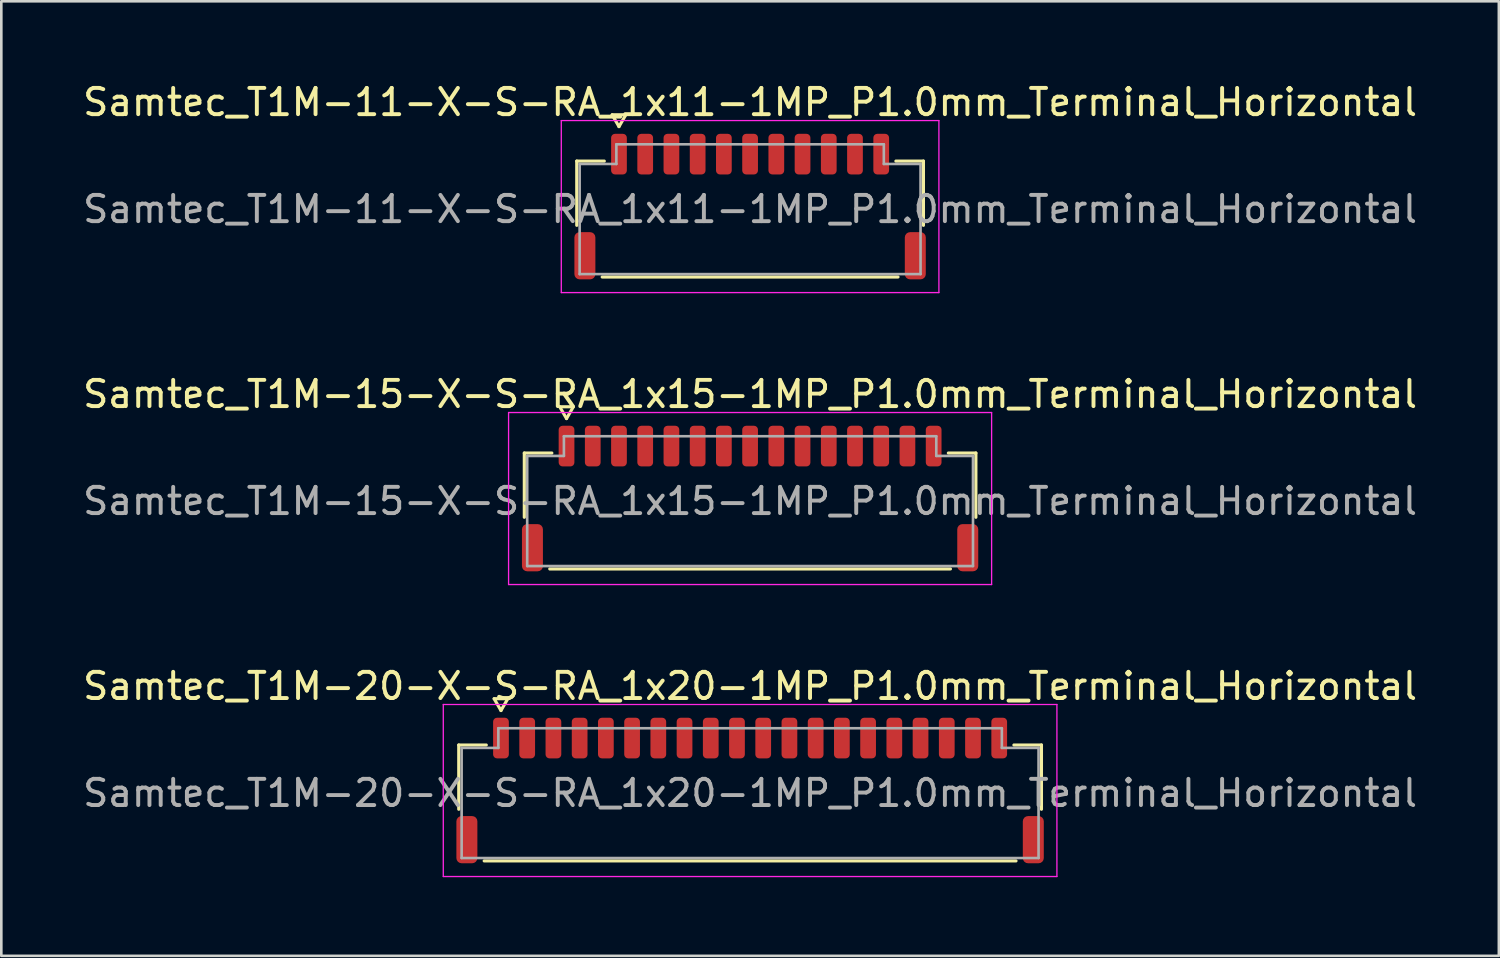
<source format=kicad_pcb>
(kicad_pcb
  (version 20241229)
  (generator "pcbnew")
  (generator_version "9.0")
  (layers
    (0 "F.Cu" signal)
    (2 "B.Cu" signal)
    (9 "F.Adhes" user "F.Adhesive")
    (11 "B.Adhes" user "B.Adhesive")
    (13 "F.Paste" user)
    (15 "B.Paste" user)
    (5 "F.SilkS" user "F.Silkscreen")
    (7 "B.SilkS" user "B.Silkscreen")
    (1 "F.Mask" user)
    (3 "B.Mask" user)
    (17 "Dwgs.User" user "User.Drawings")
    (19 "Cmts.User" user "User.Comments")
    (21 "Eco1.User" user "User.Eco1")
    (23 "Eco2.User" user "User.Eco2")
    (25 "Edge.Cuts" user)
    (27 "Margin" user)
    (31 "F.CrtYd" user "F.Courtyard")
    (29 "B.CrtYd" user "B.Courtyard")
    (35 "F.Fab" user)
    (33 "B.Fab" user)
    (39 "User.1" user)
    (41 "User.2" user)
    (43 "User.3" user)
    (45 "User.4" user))
  (footprint "Samtec_T1M-15-X-S-RA_1x15-1MP_P1.0mm_Terminal_Horizontal"
    (layer "F.Cu")
    (at 25.554 16.061)
    (property "Reference" "Samtec_T1M-15-X-S-RA_1x15-1MP_P1.0mm_Terminal_Horizontal" (at 0 -4.08 0) (layer "F.SilkS") (effects (font (size 1 1) (thickness 0.15))))
    (attr smd)
    (fp_line (start -8.61 -1.835) (end -7.56 -1.835) (stroke (width 0.12) (type solid)) (layer "F.SilkS"))
    (fp_line (start -8.61 0.615) (end -8.61 -1.835) (stroke (width 0.12) (type solid)) (layer "F.SilkS"))
    (fp_line (start -7.26 -3.6) (end -7 -3.15) (stroke (width 0.12) (type solid)) (layer "F.SilkS"))
    (fp_line (start -7 -3.15) (end -6.74 -3.6) (stroke (width 0.12) (type solid)) (layer "F.SilkS"))
    (fp_line (start -6.74 -3.6) (end -7.26 -3.6) (stroke (width 0.12) (type solid)) (layer "F.SilkS"))
    (fp_line (start 7.56 -1.835) (end 8.61 -1.835) (stroke (width 0.12) (type solid)) (layer "F.SilkS"))
    (fp_line (start 7.64 2.585) (end -7.64 2.585) (stroke (width 0.12) (type solid)) (layer "F.SilkS"))
    (fp_line (start 8.61 -1.835) (end 8.61 0.615) (stroke (width 0.12) (type solid)) (layer "F.SilkS"))
    (fp_line (start -9.21 -3.38) (end -9.21 3.18) (stroke (width 0.05) (type solid)) (layer "F.CrtYd"))
    (fp_line (start -9.21 3.18) (end 9.21 3.18) (stroke (width 0.05) (type solid)) (layer "F.CrtYd"))
    (fp_line (start 9.21 -3.38) (end -9.21 -3.38) (stroke (width 0.05) (type solid)) (layer "F.CrtYd"))
    (fp_line (start 9.21 3.18) (end 9.21 -3.38) (stroke (width 0.05) (type solid)) (layer "F.CrtYd"))
    (fp_line (start -8.5 -1.725) (end -7.1 -1.725) (stroke (width 0.1) (type solid)) (layer "F.Fab"))
    (fp_line (start -8.5 2.475) (end -8.5 -1.725) (stroke (width 0.1) (type solid)) (layer "F.Fab"))
    (fp_line (start -7.1 -2.475) (end 7.1 -2.475) (stroke (width 0.1) (type solid)) (layer "F.Fab"))
    (fp_line (start -7.1 -1.725) (end -7.1 -2.475) (stroke (width 0.1) (type solid)) (layer "F.Fab"))
    (fp_line (start 7.1 -2.475) (end 7.1 -1.725) (stroke (width 0.1) (type solid)) (layer "F.Fab"))
    (fp_line (start 7.1 -1.725) (end 8.5 -1.725) (stroke (width 0.1) (type solid)) (layer "F.Fab"))
    (fp_line (start 8.5 -1.725) (end 8.5 2.475) (stroke (width 0.1) (type solid)) (layer "F.Fab"))
    (fp_line (start 8.5 2.475) (end -8.5 2.475) (stroke (width 0.1) (type solid)) (layer "F.Fab"))
    (fp_text user "${REFERENCE}" (at 0 0 0) (layer "F.Fab") (effects (font (size 1 1) (thickness 0.15))))
    (pad "1" smd roundrect (at -7 -2.1) (size 0.6 1.55) (layers "F.Cu" "F.Mask" "F.Paste") (roundrect_rratio 0.25))
    (pad "2" smd roundrect (at -6 -2.1) (size 0.6 1.55) (layers "F.Cu" "F.Mask" "F.Paste") (roundrect_rratio 0.25))
    (pad "3" smd roundrect (at -5 -2.1) (size 0.6 1.55) (layers "F.Cu" "F.Mask" "F.Paste") (roundrect_rratio 0.25))
    (pad "4" smd roundrect (at -4 -2.1) (size 0.6 1.55) (layers "F.Cu" "F.Mask" "F.Paste") (roundrect_rratio 0.25))
    (pad "5" smd roundrect (at -3 -2.1) (size 0.6 1.55) (layers "F.Cu" "F.Mask" "F.Paste") (roundrect_rratio 0.25))
    (pad "6" smd roundrect (at -2 -2.1) (size 0.6 1.55) (layers "F.Cu" "F.Mask" "F.Paste") (roundrect_rratio 0.25))
    (pad "7" smd roundrect (at -1 -2.1) (size 0.6 1.55) (layers "F.Cu" "F.Mask" "F.Paste") (roundrect_rratio 0.25))
    (pad "8" smd roundrect (at 0 -2.1) (size 0.6 1.55) (layers "F.Cu" "F.Mask" "F.Paste") (roundrect_rratio 0.25))
    (pad "9" smd roundrect (at 1 -2.1) (size 0.6 1.55) (layers "F.Cu" "F.Mask" "F.Paste") (roundrect_rratio 0.25))
    (pad "10" smd roundrect (at 2 -2.1) (size 0.6 1.55) (layers "F.Cu" "F.Mask" "F.Paste") (roundrect_rratio 0.25))
    (pad "11" smd roundrect (at 3 -2.1) (size 0.6 1.55) (layers "F.Cu" "F.Mask" "F.Paste") (roundrect_rratio 0.25))
    (pad "12" smd roundrect (at 4 -2.1) (size 0.6 1.55) (layers "F.Cu" "F.Mask" "F.Paste") (roundrect_rratio 0.25))
    (pad "13" smd roundrect (at 5 -2.1) (size 0.6 1.55) (layers "F.Cu" "F.Mask" "F.Paste") (roundrect_rratio 0.25))
    (pad "14" smd roundrect (at 6 -2.1) (size 0.6 1.55) (layers "F.Cu" "F.Mask" "F.Paste") (roundrect_rratio 0.25))
    (pad "15" smd roundrect (at 7 -2.1) (size 0.6 1.55) (layers "F.Cu" "F.Mask" "F.Paste") (roundrect_rratio 0.25))
    (pad "MP" smd roundrect (at -8.3 1.775) (size 0.8 1.8) (layers "F.Cu" "F.Mask" "F.Paste") (roundrect_rratio 0.25))
    (pad "MP" smd roundrect (at 8.3 1.775) (size 0.8 1.8) (layers "F.Cu" "F.Mask" "F.Paste") (roundrect_rratio 0.25)))
  (footprint "Samtec_T1M-20-X-S-RA_1x20-1MP_P1.0mm_Terminal_Horizontal"
    (layer "F.Cu")
    (at 25.554 27.195)
    (property "Reference" "Samtec_T1M-20-X-S-RA_1x20-1MP_P1.0mm_Terminal_Horizontal" (at 0 -4.08 0) (layer "F.SilkS") (effects (font (size 1 1) (thickness 0.15))))
    (attr smd)
    (fp_line (start -11.11 -1.835) (end -10.06 -1.835) (stroke (width 0.12) (type solid)) (layer "F.SilkS"))
    (fp_line (start -11.11 0.615) (end -11.11 -1.835) (stroke (width 0.12) (type solid)) (layer "F.SilkS"))
    (fp_line (start -9.76 -3.6) (end -9.5 -3.15) (stroke (width 0.12) (type solid)) (layer "F.SilkS"))
    (fp_line (start -9.5 -3.15) (end -9.24 -3.6) (stroke (width 0.12) (type solid)) (layer "F.SilkS"))
    (fp_line (start -9.24 -3.6) (end -9.76 -3.6) (stroke (width 0.12) (type solid)) (layer "F.SilkS"))
    (fp_line (start 10.06 -1.835) (end 11.11 -1.835) (stroke (width 0.12) (type solid)) (layer "F.SilkS"))
    (fp_line (start 10.14 2.585) (end -10.14 2.585) (stroke (width 0.12) (type solid)) (layer "F.SilkS"))
    (fp_line (start 11.11 -1.835) (end 11.11 0.615) (stroke (width 0.12) (type solid)) (layer "F.SilkS"))
    (fp_line (start -11.7 -3.38) (end -11.7 3.18) (stroke (width 0.05) (type solid)) (layer "F.CrtYd"))
    (fp_line (start -11.7 3.18) (end 11.7 3.18) (stroke (width 0.05) (type solid)) (layer "F.CrtYd"))
    (fp_line (start 11.7 -3.38) (end -11.7 -3.38) (stroke (width 0.05) (type solid)) (layer "F.CrtYd"))
    (fp_line (start 11.7 3.18) (end 11.7 -3.38) (stroke (width 0.05) (type solid)) (layer "F.CrtYd"))
    (fp_line (start -11 -1.725) (end -9.6 -1.725) (stroke (width 0.1) (type solid)) (layer "F.Fab"))
    (fp_line (start -11 2.475) (end -11 -1.725) (stroke (width 0.1) (type solid)) (layer "F.Fab"))
    (fp_line (start -9.6 -2.475) (end 9.6 -2.475) (stroke (width 0.1) (type solid)) (layer "F.Fab"))
    (fp_line (start -9.6 -1.725) (end -9.6 -2.475) (stroke (width 0.1) (type solid)) (layer "F.Fab"))
    (fp_line (start 9.6 -2.475) (end 9.6 -1.725) (stroke (width 0.1) (type solid)) (layer "F.Fab"))
    (fp_line (start 9.6 -1.725) (end 11 -1.725) (stroke (width 0.1) (type solid)) (layer "F.Fab"))
    (fp_line (start 11 -1.725) (end 11 2.475) (stroke (width 0.1) (type solid)) (layer "F.Fab"))
    (fp_line (start 11 2.475) (end -11 2.475) (stroke (width 0.1) (type solid)) (layer "F.Fab"))
    (fp_text user "${REFERENCE}" (at 0 0 0) (layer "F.Fab") (effects (font (size 1 1) (thickness 0.15))))
    (pad "1" smd roundrect (at -9.5 -2.1) (size 0.6 1.55) (layers "F.Cu" "F.Mask" "F.Paste") (roundrect_rratio 0.25))
    (pad "2" smd roundrect (at -8.5 -2.1) (size 0.6 1.55) (layers "F.Cu" "F.Mask" "F.Paste") (roundrect_rratio 0.25))
    (pad "3" smd roundrect (at -7.5 -2.1) (size 0.6 1.55) (layers "F.Cu" "F.Mask" "F.Paste") (roundrect_rratio 0.25))
    (pad "4" smd roundrect (at -6.5 -2.1) (size 0.6 1.55) (layers "F.Cu" "F.Mask" "F.Paste") (roundrect_rratio 0.25))
    (pad "5" smd roundrect (at -5.5 -2.1) (size 0.6 1.55) (layers "F.Cu" "F.Mask" "F.Paste") (roundrect_rratio 0.25))
    (pad "6" smd roundrect (at -4.5 -2.1) (size 0.6 1.55) (layers "F.Cu" "F.Mask" "F.Paste") (roundrect_rratio 0.25))
    (pad "7" smd roundrect (at -3.5 -2.1) (size 0.6 1.55) (layers "F.Cu" "F.Mask" "F.Paste") (roundrect_rratio 0.25))
    (pad "8" smd roundrect (at -2.5 -2.1) (size 0.6 1.55) (layers "F.Cu" "F.Mask" "F.Paste") (roundrect_rratio 0.25))
    (pad "9" smd roundrect (at -1.5 -2.1) (size 0.6 1.55) (layers "F.Cu" "F.Mask" "F.Paste") (roundrect_rratio 0.25))
    (pad "10" smd roundrect (at -0.5 -2.1) (size 0.6 1.55) (layers "F.Cu" "F.Mask" "F.Paste") (roundrect_rratio 0.25))
    (pad "11" smd roundrect (at 0.5 -2.1) (size 0.6 1.55) (layers "F.Cu" "F.Mask" "F.Paste") (roundrect_rratio 0.25))
    (pad "12" smd roundrect (at 1.5 -2.1) (size 0.6 1.55) (layers "F.Cu" "F.Mask" "F.Paste") (roundrect_rratio 0.25))
    (pad "13" smd roundrect (at 2.5 -2.1) (size 0.6 1.55) (layers "F.Cu" "F.Mask" "F.Paste") (roundrect_rratio 0.25))
    (pad "14" smd roundrect (at 3.5 -2.1) (size 0.6 1.55) (layers "F.Cu" "F.Mask" "F.Paste") (roundrect_rratio 0.25))
    (pad "15" smd roundrect (at 4.5 -2.1) (size 0.6 1.55) (layers "F.Cu" "F.Mask" "F.Paste") (roundrect_rratio 0.25))
    (pad "16" smd roundrect (at 5.5 -2.1) (size 0.6 1.55) (layers "F.Cu" "F.Mask" "F.Paste") (roundrect_rratio 0.25))
    (pad "17" smd roundrect (at 6.5 -2.1) (size 0.6 1.55) (layers "F.Cu" "F.Mask" "F.Paste") (roundrect_rratio 0.25))
    (pad "18" smd roundrect (at 7.5 -2.1) (size 0.6 1.55) (layers "F.Cu" "F.Mask" "F.Paste") (roundrect_rratio 0.25))
    (pad "19" smd roundrect (at 8.5 -2.1) (size 0.6 1.55) (layers "F.Cu" "F.Mask" "F.Paste") (roundrect_rratio 0.25))
    (pad "20" smd roundrect (at 9.5 -2.1) (size 0.6 1.55) (layers "F.Cu" "F.Mask" "F.Paste") (roundrect_rratio 0.25))
    (pad "MP" smd roundrect (at -10.8 1.775) (size 0.8 1.8) (layers "F.Cu" "F.Mask" "F.Paste") (roundrect_rratio 0.25))
    (pad "MP" smd roundrect (at 10.8 1.775) (size 0.8 1.8) (layers "F.Cu" "F.Mask" "F.Paste") (roundrect_rratio 0.25)))
  (footprint "Samtec_T1M-11-X-S-RA_1x11-1MP_P1.0mm_Terminal_Horizontal"
    (layer "F.Cu")
    (at 25.554 4.928)
    (property "Reference" "Samtec_T1M-11-X-S-RA_1x11-1MP_P1.0mm_Terminal_Horizontal" (at 0 -4.08 0) (layer "F.SilkS") (effects (font (size 1 1) (thickness 0.15))))
    (attr smd)
    (fp_line (start -6.61 -1.835) (end -5.56 -1.835) (stroke (width 0.12) (type solid)) (layer "F.SilkS"))
    (fp_line (start -6.61 0.615) (end -6.61 -1.835) (stroke (width 0.12) (type solid)) (layer "F.SilkS"))
    (fp_line (start -5.26 -3.6) (end -5 -3.15) (stroke (width 0.12) (type solid)) (layer "F.SilkS"))
    (fp_line (start -5 -3.15) (end -4.74 -3.6) (stroke (width 0.12) (type solid)) (layer "F.SilkS"))
    (fp_line (start -4.74 -3.6) (end -5.26 -3.6) (stroke (width 0.12) (type solid)) (layer "F.SilkS"))
    (fp_line (start 5.56 -1.835) (end 6.61 -1.835) (stroke (width 0.12) (type solid)) (layer "F.SilkS"))
    (fp_line (start 5.64 2.585) (end -5.64 2.585) (stroke (width 0.12) (type solid)) (layer "F.SilkS"))
    (fp_line (start 6.61 -1.835) (end 6.61 0.615) (stroke (width 0.12) (type solid)) (layer "F.SilkS"))
    (fp_line (start -7.2 -3.38) (end -7.2 3.18) (stroke (width 0.05) (type solid)) (layer "F.CrtYd"))
    (fp_line (start -7.2 3.18) (end 7.2 3.18) (stroke (width 0.05) (type solid)) (layer "F.CrtYd"))
    (fp_line (start 7.2 -3.38) (end -7.2 -3.38) (stroke (width 0.05) (type solid)) (layer "F.CrtYd"))
    (fp_line (start 7.2 3.18) (end 7.2 -3.38) (stroke (width 0.05) (type solid)) (layer "F.CrtYd"))
    (fp_line (start -6.5 -1.725) (end -5.1 -1.725) (stroke (width 0.1) (type solid)) (layer "F.Fab"))
    (fp_line (start -6.5 2.475) (end -6.5 -1.725) (stroke (width 0.1) (type solid)) (layer "F.Fab"))
    (fp_line (start -5.1 -2.475) (end 5.1 -2.475) (stroke (width 0.1) (type solid)) (layer "F.Fab"))
    (fp_line (start -5.1 -1.725) (end -5.1 -2.475) (stroke (width 0.1) (type solid)) (layer "F.Fab"))
    (fp_line (start 5.1 -2.475) (end 5.1 -1.725) (stroke (width 0.1) (type solid)) (layer "F.Fab"))
    (fp_line (start 5.1 -1.725) (end 6.5 -1.725) (stroke (width 0.1) (type solid)) (layer "F.Fab"))
    (fp_line (start 6.5 -1.725) (end 6.5 2.475) (stroke (width 0.1) (type solid)) (layer "F.Fab"))
    (fp_line (start 6.5 2.475) (end -6.5 2.475) (stroke (width 0.1) (type solid)) (layer "F.Fab"))
    (fp_text user "${REFERENCE}" (at 0 0 0) (layer "F.Fab") (effects (font (size 1 1) (thickness 0.15))))
    (pad "1" smd roundrect (at -5 -2.1) (size 0.6 1.55) (layers "F.Cu" "F.Mask" "F.Paste") (roundrect_rratio 0.25))
    (pad "2" smd roundrect (at -4 -2.1) (size 0.6 1.55) (layers "F.Cu" "F.Mask" "F.Paste") (roundrect_rratio 0.25))
    (pad "3" smd roundrect (at -3 -2.1) (size 0.6 1.55) (layers "F.Cu" "F.Mask" "F.Paste") (roundrect_rratio 0.25))
    (pad "4" smd roundrect (at -2 -2.1) (size 0.6 1.55) (layers "F.Cu" "F.Mask" "F.Paste") (roundrect_rratio 0.25))
    (pad "5" smd roundrect (at -1 -2.1) (size 0.6 1.55) (layers "F.Cu" "F.Mask" "F.Paste") (roundrect_rratio 0.25))
    (pad "6" smd roundrect (at 0 -2.1) (size 0.6 1.55) (layers "F.Cu" "F.Mask" "F.Paste") (roundrect_rratio 0.25))
    (pad "7" smd roundrect (at 1 -2.1) (size 0.6 1.55) (layers "F.Cu" "F.Mask" "F.Paste") (roundrect_rratio 0.25))
    (pad "8" smd roundrect (at 2 -2.1) (size 0.6 1.55) (layers "F.Cu" "F.Mask" "F.Paste") (roundrect_rratio 0.25))
    (pad "9" smd roundrect (at 3 -2.1) (size 0.6 1.55) (layers "F.Cu" "F.Mask" "F.Paste") (roundrect_rratio 0.25))
    (pad "10" smd roundrect (at 4 -2.1) (size 0.6 1.55) (layers "F.Cu" "F.Mask" "F.Paste") (roundrect_rratio 0.25))
    (pad "11" smd roundrect (at 5 -2.1) (size 0.6 1.55) (layers "F.Cu" "F.Mask" "F.Paste") (roundrect_rratio 0.25))
    (pad "MP" smd roundrect (at -6.3 1.775) (size 0.8 1.8) (layers "F.Cu" "F.Mask" "F.Paste") (roundrect_rratio 0.25))
    (pad "MP" smd roundrect (at 6.3 1.775) (size 0.8 1.8) (layers "F.Cu" "F.Mask" "F.Paste") (roundrect_rratio 0.25)))
  (gr_rect
    (start -3 -3)
    (end 54.107 33.4)
    (stroke (width 0.1) (type default))
    (fill no)
    (layer "Edge.Cuts")))
</source>
